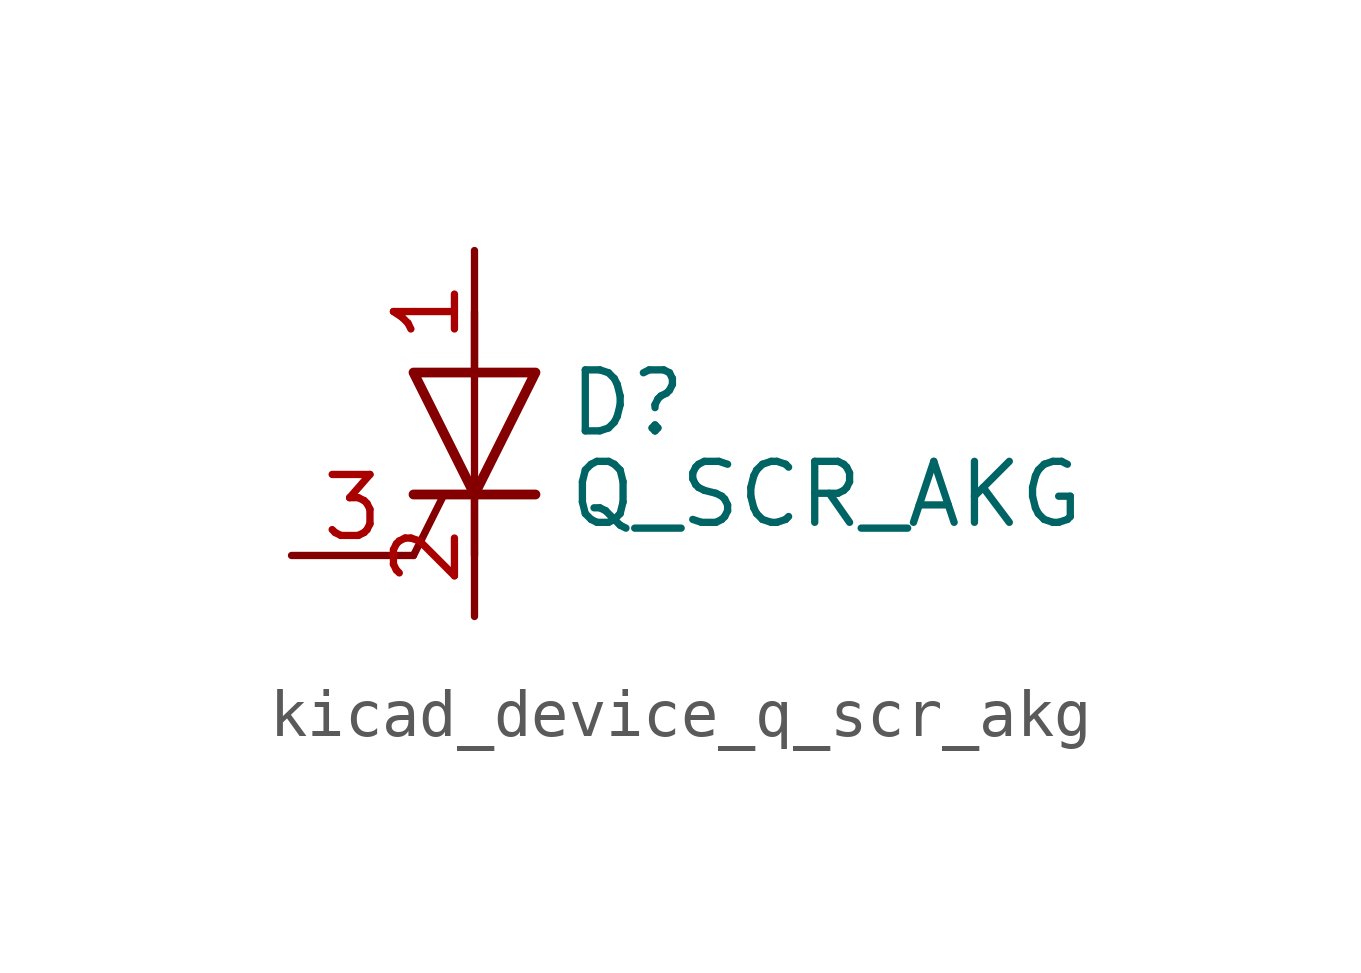
<source format=kicad_sym>
(kicad_symbol_lib
  (version 20220914)
  (generator kicad_symbol_editor)
  (symbol "kicad_device_q_scr_akg"
    (pin_names
      (offset 0) hide)
    (property "Reference" "D"
      (at 1.905 0.635 0)
      (effects (font (size 1.27 1.27)) (justify left)))
    (property "Value" "Q_SCR_AKG"
      (at 1.905 -1.27 0)
      (effects (font (size 1.27 1.27)) (justify left)))
    (symbol "kicad_device_q_scr_akg_0_1"
      (polyline (pts (xy -1.27 -2.54) (xy -0.635 -1.27)) (stroke (width 0) (type default)) (fill (type none)))
      (polyline (pts (xy -1.27 -1.27) (xy 1.27 -1.27)) (stroke (width 0.203) (type default)) (fill (type none)))
      (polyline (pts (xy 0 -2.54) (xy 0 2.54)) (stroke (width 0) (type default)) (fill (type none)))
      (polyline (pts (xy -1.27 1.27) (xy 1.27 1.27) (xy 0 -1.27) (xy -1.27 1.27)) (stroke (width 0.203) (type default)) (fill (type none))))
    (symbol "kicad_device_q_scr_akg_1_1"
      (pin passive line (at 0 3.81 270) (length 2.54) (name "A" (effects (font (size 1.27 1.27)))) (number "1" (effects (font (size 1.27 1.27)))))
      (pin passive line (at 0 -3.81 90) (length 2.54) (name "K" (effects (font (size 1.27 1.27)))) (number "2" (effects (font (size 1.27 1.27)))))
      (pin input line (at -3.81 -2.54 0) (length 2.54) (name "G" (effects (font (size 1.27 1.27)))) (number "3" (effects (font (size 1.27 1.27))))))))
</source>
